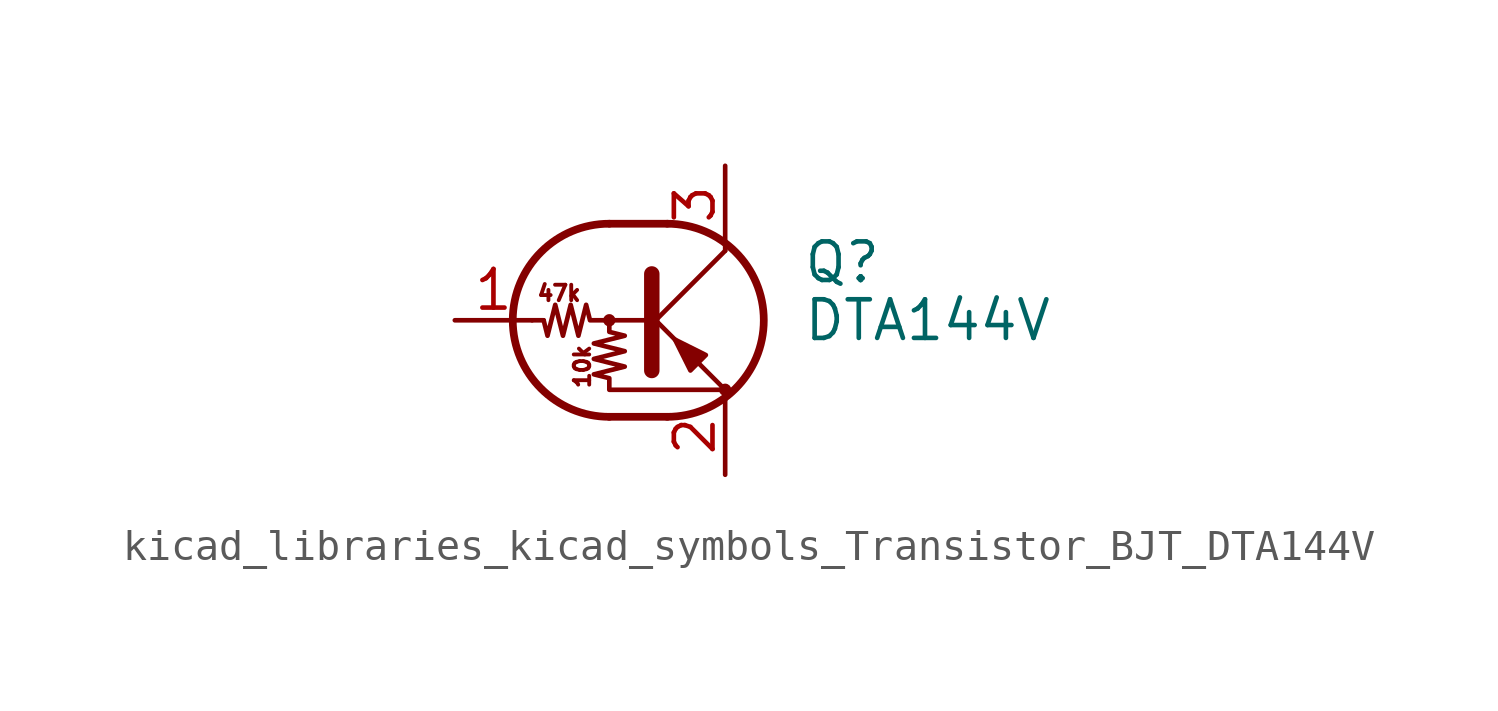
<source format=kicad_sym>
(kicad_symbol_lib
  (version 20220914)
  (generator kicad_symbol_editor)
  (symbol "kicad_libraries_kicad_symbols_Transistor_BJT_DTA144V"
    (pin_names
      (offset 0) hide)
    (property "Reference" "Q"
      (at 5.08 1.905 0)
      (effects (font (size 1.27 1.27)) (justify left)))
    (property "Value" "DTA144V"
      (at 5.08 0 0)
      (effects (font (size 1.27 1.27)) (justify left)))
    (symbol "kicad_libraries_kicad_symbols_Transistor_BJT_DTA144V_0_0"
      (text "10k" (at -2.159 -1.524 900) (effects (font (size 0.508 0.508))))
      (text "47k" (at -2.921 0.889 0) (effects (font (size 0.508 0.508)))))
    (symbol "kicad_libraries_kicad_symbols_Transistor_BJT_DTA144V_0_1"
      (circle (center -1.27 0) (radius 0.127) (stroke (width 0) (type default)) (fill (type none)))
      (arc (start -1.27 3.175) (mid -4.4312 0) (end -1.27 -3.175) (stroke (width 0.254) (type default)) (fill (type none)))
      (polyline (pts (xy -3.429 0) (xy -3.81 0)) (stroke (width 0) (type default)) (fill (type none)))
      (polyline (pts (xy -1.27 -3.175) (xy 0.635 -3.175)) (stroke (width 0.254) (type default)) (fill (type none)))
      (polyline (pts (xy -1.27 3.175) (xy 0.635 3.175)) (stroke (width 0.254) (type default)) (fill (type none)))
      (polyline (pts (xy 0 -0.254) (xy 2.54 2.286)) (stroke (width 0) (type default)) (fill (type none)))
      (polyline (pts (xy 0.127 1.524) (xy 0.127 -1.651)) (stroke (width 0.508) (type default)) (fill (type outline)))
      (polyline (pts (xy 2.54 2.286) (xy 2.54 2.54)) (stroke (width 0) (type default)) (fill (type none)))
      (polyline (pts (xy 2.54 -2.286) (xy 0 0.254) (xy 0 0.254)) (stroke (width 0) (type default)) (fill (type none)))
      (polyline (pts (xy 1.397 -1.651) (xy 1.905 -1.143) (xy 0.889 -0.635) (xy 1.397 -1.651)) (stroke (width 0) (type default)) (fill (type outline)))
      (polyline (pts (xy 0 0) (xy -1.905 0) (xy -2.032 0.508) (xy -2.286 -0.508) (xy -2.54 0.508) (xy -2.794 -0.508) (xy -3.048 0.508) (xy -3.302 -0.508) (xy -3.429 0)) (stroke (width 0) (type default)) (fill (type none)))
      (polyline (pts (xy -1.27 0) (xy -1.27 -0.381) (xy -0.762 -0.508) (xy -1.778 -0.762) (xy -0.762 -1.016) (xy -1.778 -1.27) (xy -0.762 -1.524) (xy -1.778 -1.778) (xy -1.27 -1.905) (xy -1.27 -2.286) (xy 2.54 -2.286)) (stroke (width 0) (type default)) (fill (type none)))
      (arc (start 0.635 -3.175) (mid 3.7962 0) (end 0.635 3.175) (stroke (width 0.254) (type default)) (fill (type none)))
      (circle (center 2.54 -2.286) (radius 0.127) (stroke (width 0) (type default)) (fill (type none))))
    (symbol "kicad_libraries_kicad_symbols_Transistor_BJT_DTA144V_1_1"
      (pin input line (at -6.35 0 0) (length 2.54) (name "B" (effects (font (size 1.27 1.27)))) (number "1" (effects (font (size 1.27 1.27)))))
      (pin passive line (at 2.54 -5.08 90) (length 2.54) (name "E" (effects (font (size 1.27 1.27)))) (number "2" (effects (font (size 1.27 1.27)))))
      (pin passive line (at 2.54 5.08 270) (length 2.54) (name "C" (effects (font (size 1.27 1.27)))) (number "3" (effects (font (size 1.27 1.27))))))))
</source>
